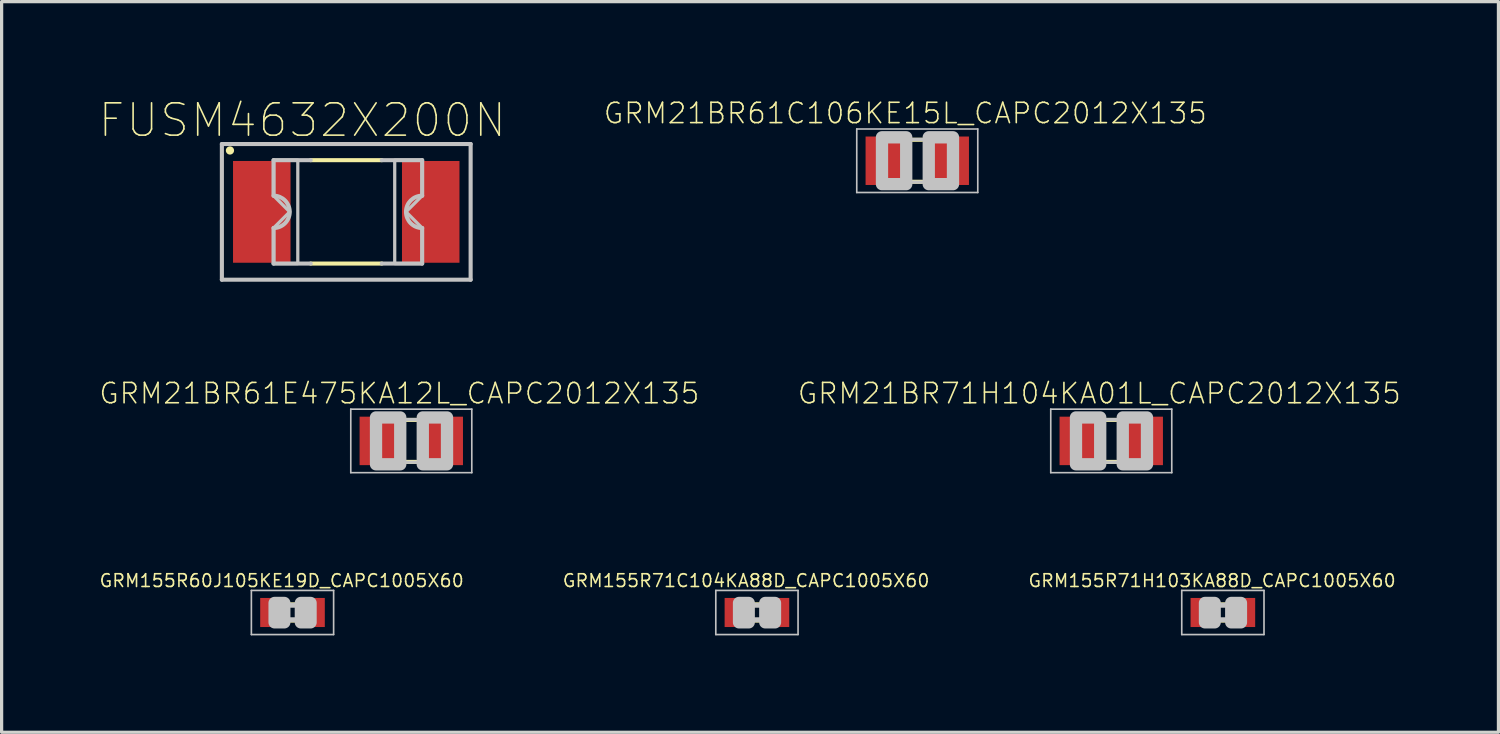
<source format=kicad_pcb>
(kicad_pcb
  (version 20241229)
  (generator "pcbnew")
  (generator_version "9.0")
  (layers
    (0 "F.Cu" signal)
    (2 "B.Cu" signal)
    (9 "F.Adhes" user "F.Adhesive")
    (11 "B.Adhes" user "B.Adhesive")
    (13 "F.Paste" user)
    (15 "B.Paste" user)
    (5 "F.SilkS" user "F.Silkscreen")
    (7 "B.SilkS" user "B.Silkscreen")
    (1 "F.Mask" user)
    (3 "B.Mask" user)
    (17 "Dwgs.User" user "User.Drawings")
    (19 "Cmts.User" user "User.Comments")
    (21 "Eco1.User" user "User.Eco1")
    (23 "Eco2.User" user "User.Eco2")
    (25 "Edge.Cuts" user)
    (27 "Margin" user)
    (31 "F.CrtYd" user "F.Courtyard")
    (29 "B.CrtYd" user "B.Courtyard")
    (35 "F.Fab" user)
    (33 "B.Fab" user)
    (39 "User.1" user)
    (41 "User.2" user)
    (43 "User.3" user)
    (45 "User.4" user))
  (footprint "FUSM4632X200N"
    (layer "F.Cu")
    (at 7.668 3.508)
    (property "Reference" "FUSM4632X200N" (at -1.36 -2.835 0) (layer "F.SilkS") (effects (font (size 1 1) (thickness 0.05))))
    (attr smd)
    (fp_line (start -1.1 -1.6) (end 1.1 -1.6) (stroke (width 0.127) (type solid)) (layer "F.SilkS"))
    (fp_line (start 1.1 1.6) (end -1.1 1.6) (stroke (width 0.127) (type solid)) (layer "F.SilkS"))
    (fp_circle (center -3.6 -1.9) (end -3.473 -1.9) (stroke (width 0) (type solid)) (fill yes) (layer "F.SilkS"))
    (fp_line (start -3.85 -2.1) (end -3.85 2.1) (stroke (width 0.127) (type solid)) (layer "Dwgs.User"))
    (fp_line (start -3.85 2.1) (end 3.85 2.1) (stroke (width 0.127) (type solid)) (layer "Dwgs.User"))
    (fp_line (start -2.25 -1.6) (end -2.25 -0.5) (stroke (width 0.127) (type solid)) (layer "Dwgs.User"))
    (fp_line (start -2.25 -1.6) (end -1.1 -1.6) (stroke (width 0.127) (type solid)) (layer "Dwgs.User"))
    (fp_line (start -2.25 1.6) (end -2.25 0.5) (stroke (width 0.127) (type solid)) (layer "Dwgs.User"))
    (fp_line (start -1.1 1.6) (end -2.25 1.6) (stroke (width 0.127) (type solid)) (layer "Dwgs.User"))
    (fp_line (start 1.1 -1.6) (end 2.35 -1.6) (stroke (width 0.127) (type solid)) (layer "Dwgs.User"))
    (fp_line (start 2.35 -1.6) (end 2.35 -0.5) (stroke (width 0.127) (type solid)) (layer "Dwgs.User"))
    (fp_line (start 2.35 0.5) (end 2.35 1.6) (stroke (width 0.127) (type solid)) (layer "Dwgs.User"))
    (fp_line (start 2.35 1.6) (end 1.1 1.6) (stroke (width 0.127) (type solid)) (layer "Dwgs.User"))
    (fp_line (start 3.85 -2.1) (end -3.85 -2.1) (stroke (width 0.127) (type solid)) (layer "Dwgs.User"))
    (fp_line (start 3.85 2.1) (end 3.85 -2.1) (stroke (width 0.127) (type solid)) (layer "Dwgs.User"))
    (fp_arc (start -2.25 -0.5) (mid -1.75 0) (end -2.25 0.5) (stroke (width 0.127) (type solid)) (layer "Dwgs.User"))
    (fp_arc (start 2.35 0.5) (mid 1.85 0) (end 2.35 -0.5) (stroke (width 0.127) (type solid)) (layer "Dwgs.User"))
    (fp_poly (pts (xy -1.5 -1.6) (xy -2.25 -1.6) (xy -2.25 -0.5) (xy -1.75 0) (xy -2.25 0.5) (xy -2.25 1.6) (xy -1.5 1.6)) (stroke (width 0.1) (type solid)) (fill no) (layer "Dwgs.User"))
    (fp_poly (pts (xy 1.5 -1.6) (xy 1.5 1.6) (xy 2.35 1.6) (xy 2.35 0.5) (xy 1.85 0) (xy 2.35 -0.5) (xy 2.35 -1.6)) (stroke (width 0.1) (type solid)) (fill no) (layer "Dwgs.User"))
    (pad "1" smd rect (at -2.615 0) (size 1.78 3.15) (layers "F.Cu" "F.Mask" "F.Paste"))
    (pad "2" smd rect (at 2.615 0) (size 1.78 3.15) (layers "F.Cu" "F.Mask" "F.Paste")))
  (footprint "GRM21BR71H104KA01L_CAPC2012X135"
    (layer "F.Cu")
    (at 31.348 10.598)
    (property "Reference" "GRM21BR71H104KA01L_CAPC2012X135" (at -0.37 -1.47 0) (layer "F.SilkS") (effects (font (size 0.63 0.63) (thickness 0.05))))
    (attr smd)
    (fp_line (start -0.15 -0.65) (end 0.15 -0.65) (stroke (width 0.127) (type solid)) (layer "F.SilkS"))
    (fp_line (start -0.15 0.65) (end 0.15 0.65) (stroke (width 0.127) (type solid)) (layer "F.SilkS"))
    (fp_line (start -1.873 -0.983) (end 1.873 -0.983) (stroke (width 0.051) (type solid)) (layer "Dwgs.User"))
    (fp_line (start -1.873 0.983) (end -1.873 -0.983) (stroke (width 0.051) (type solid)) (layer "Dwgs.User"))
    (fp_line (start -0.381 -0.66) (end 0.381 -0.66) (stroke (width 0.102) (type solid)) (layer "Dwgs.User"))
    (fp_line (start -0.356 0.66) (end 0.381 0.66) (stroke (width 0.102) (type solid)) (layer "Dwgs.User"))
    (fp_line (start 1.873 -0.983) (end 1.873 0.983) (stroke (width 0.051) (type solid)) (layer "Dwgs.User"))
    (fp_line (start 1.873 0.983) (end -1.873 0.983) (stroke (width 0.051) (type solid)) (layer "Dwgs.User"))
    (fp_poly (pts (xy -1.092 -0.726) (xy -0.342 -0.726) (xy -0.342 0.724) (xy -1.092 0.724)) (stroke (width 0.381) (type solid)) (fill no) (layer "Dwgs.User"))
    (fp_poly (pts (xy 0.356 -0.726) (xy 1.106 -0.726) (xy 1.106 0.724) (xy 0.356 0.724)) (stroke (width 0.381) (type solid)) (fill no) (layer "Dwgs.User"))
    (pad "1" smd rect (at -0.95 0) (size 1.3 1.5) (layers "F.Cu" "F.Mask" "F.Paste"))
    (pad "2" smd rect (at 0.95 0) (size 1.3 1.5) (layers "F.Cu" "F.Mask" "F.Paste")))
  (footprint "GRM21BR61E475KA12L_CAPC2012X135"
    (layer "F.Cu")
    (at 9.681 10.598)
    (property "Reference" "GRM21BR61E475KA12L_CAPC2012X135" (at -0.37 -1.47 0) (layer "F.SilkS") (effects (font (size 0.63 0.63) (thickness 0.05))))
    (attr smd)
    (fp_line (start -0.15 -0.65) (end 0.15 -0.65) (stroke (width 0.127) (type solid)) (layer "F.SilkS"))
    (fp_line (start -0.15 0.65) (end 0.15 0.65) (stroke (width 0.127) (type solid)) (layer "F.SilkS"))
    (fp_line (start -1.873 -0.983) (end 1.873 -0.983) (stroke (width 0.051) (type solid)) (layer "Dwgs.User"))
    (fp_line (start -1.873 0.983) (end -1.873 -0.983) (stroke (width 0.051) (type solid)) (layer "Dwgs.User"))
    (fp_line (start -0.381 -0.66) (end 0.381 -0.66) (stroke (width 0.102) (type solid)) (layer "Dwgs.User"))
    (fp_line (start -0.356 0.66) (end 0.381 0.66) (stroke (width 0.102) (type solid)) (layer "Dwgs.User"))
    (fp_line (start 1.873 -0.983) (end 1.873 0.983) (stroke (width 0.051) (type solid)) (layer "Dwgs.User"))
    (fp_line (start 1.873 0.983) (end -1.873 0.983) (stroke (width 0.051) (type solid)) (layer "Dwgs.User"))
    (fp_poly (pts (xy -1.092 -0.726) (xy -0.342 -0.726) (xy -0.342 0.724) (xy -1.092 0.724)) (stroke (width 0.381) (type solid)) (fill no) (layer "Dwgs.User"))
    (fp_poly (pts (xy 0.356 -0.726) (xy 1.106 -0.726) (xy 1.106 0.724) (xy 0.356 0.724)) (stroke (width 0.381) (type solid)) (fill no) (layer "Dwgs.User"))
    (pad "1" smd rect (at -0.95 0) (size 1.3 1.5) (layers "F.Cu" "F.Mask" "F.Paste"))
    (pad "2" smd rect (at 0.95 0) (size 1.3 1.5) (layers "F.Cu" "F.Mask" "F.Paste")))
  (footprint "GRM21BR61C106KE15L_CAPC2012X135"
    (layer "F.Cu")
    (at 25.343 1.926)
    (property "Reference" "GRM21BR61C106KE15L_CAPC2012X135" (at -0.37 -1.47 0) (layer "F.SilkS") (effects (font (size 0.63 0.63) (thickness 0.05))))
    (attr smd)
    (fp_line (start -0.15 -0.65) (end 0.15 -0.65) (stroke (width 0.127) (type solid)) (layer "F.SilkS"))
    (fp_line (start -0.15 0.65) (end 0.15 0.65) (stroke (width 0.127) (type solid)) (layer "F.SilkS"))
    (fp_line (start -1.873 -0.983) (end 1.873 -0.983) (stroke (width 0.051) (type solid)) (layer "Dwgs.User"))
    (fp_line (start -1.873 0.983) (end -1.873 -0.983) (stroke (width 0.051) (type solid)) (layer "Dwgs.User"))
    (fp_line (start -0.381 -0.66) (end 0.381 -0.66) (stroke (width 0.102) (type solid)) (layer "Dwgs.User"))
    (fp_line (start -0.356 0.66) (end 0.381 0.66) (stroke (width 0.102) (type solid)) (layer "Dwgs.User"))
    (fp_line (start 1.873 -0.983) (end 1.873 0.983) (stroke (width 0.051) (type solid)) (layer "Dwgs.User"))
    (fp_line (start 1.873 0.983) (end -1.873 0.983) (stroke (width 0.051) (type solid)) (layer "Dwgs.User"))
    (fp_poly (pts (xy -1.092 -0.726) (xy -0.342 -0.726) (xy -0.342 0.724) (xy -1.092 0.724)) (stroke (width 0.381) (type solid)) (fill no) (layer "Dwgs.User"))
    (fp_poly (pts (xy 0.356 -0.726) (xy 1.106 -0.726) (xy 1.106 0.724) (xy 0.356 0.724)) (stroke (width 0.381) (type solid)) (fill no) (layer "Dwgs.User"))
    (pad "1" smd rect (at -0.95 0) (size 1.3 1.5) (layers "F.Cu" "F.Mask" "F.Paste"))
    (pad "2" smd rect (at 0.95 0) (size 1.3 1.5) (layers "F.Cu" "F.Mask" "F.Paste")))
  (footprint "GRM155R71H103KA88D_CAPC1005X60"
    (layer "F.Cu")
    (at 34.803 15.909)
    (property "Reference" "GRM155R71H103KA88D_CAPC1005X60" (at -0.335 -0.985 0) (layer "F.SilkS") (effects (font (size 0.394 0.394) (thickness 0.05))))
    (attr smd)
    (fp_line (start -0.15 -0.25) (end 0.15 -0.25) (stroke (width 0.127) (type solid)) (layer "F.SilkS"))
    (fp_line (start -0.15 0.25) (end 0.15 0.25) (stroke (width 0.127) (type solid)) (layer "F.SilkS"))
    (fp_line (start -1.273 -0.683) (end 1.273 -0.683) (stroke (width 0.051) (type solid)) (layer "Dwgs.User"))
    (fp_line (start -1.273 0.683) (end -1.273 -0.683) (stroke (width 0.051) (type solid)) (layer "Dwgs.User"))
    (fp_line (start -0.245 -0.224) (end 0.245 -0.224) (stroke (width 0.152) (type solid)) (layer "Dwgs.User"))
    (fp_line (start 0.245 0.224) (end -0.245 0.224) (stroke (width 0.152) (type solid)) (layer "Dwgs.User"))
    (fp_line (start 1.273 -0.683) (end 1.273 0.683) (stroke (width 0.051) (type solid)) (layer "Dwgs.User"))
    (fp_line (start 1.273 0.683) (end -1.273 0.683) (stroke (width 0.051) (type solid)) (layer "Dwgs.User"))
    (fp_poly (pts (xy -0.554 -0.295) (xy -0.254 -0.295) (xy -0.254 0.305) (xy -0.554 0.305)) (stroke (width 0.381) (type solid)) (fill no) (layer "Dwgs.User"))
    (fp_poly (pts (xy 0.259 -0.295) (xy 0.559 -0.295) (xy 0.559 0.305) (xy 0.259 0.305)) (stroke (width 0.381) (type solid)) (fill no) (layer "Dwgs.User"))
    (pad "1" smd rect (at -0.65 0) (size 0.7 0.9) (layers "F.Cu" "F.Mask" "F.Paste"))
    (pad "2" smd rect (at 0.65 0) (size 0.7 0.9) (layers "F.Cu" "F.Mask" "F.Paste")))
  (footprint "GRM155R71C104KA88D_CAPC1005X60"
    (layer "F.Cu")
    (at 20.38 15.909)
    (property "Reference" "GRM155R71C104KA88D_CAPC1005X60" (at -0.335 -0.985 0) (layer "F.SilkS") (effects (font (size 0.394 0.394) (thickness 0.05))))
    (attr smd)
    (fp_line (start -0.15 -0.25) (end 0.15 -0.25) (stroke (width 0.127) (type solid)) (layer "F.SilkS"))
    (fp_line (start -0.15 0.25) (end 0.15 0.25) (stroke (width 0.127) (type solid)) (layer "F.SilkS"))
    (fp_line (start -1.273 -0.683) (end 1.273 -0.683) (stroke (width 0.051) (type solid)) (layer "Dwgs.User"))
    (fp_line (start -1.273 0.683) (end -1.273 -0.683) (stroke (width 0.051) (type solid)) (layer "Dwgs.User"))
    (fp_line (start -0.245 -0.224) (end 0.245 -0.224) (stroke (width 0.152) (type solid)) (layer "Dwgs.User"))
    (fp_line (start 0.245 0.224) (end -0.245 0.224) (stroke (width 0.152) (type solid)) (layer "Dwgs.User"))
    (fp_line (start 1.273 -0.683) (end 1.273 0.683) (stroke (width 0.051) (type solid)) (layer "Dwgs.User"))
    (fp_line (start 1.273 0.683) (end -1.273 0.683) (stroke (width 0.051) (type solid)) (layer "Dwgs.User"))
    (fp_poly (pts (xy -0.554 -0.295) (xy -0.254 -0.295) (xy -0.254 0.305) (xy -0.554 0.305)) (stroke (width 0.381) (type solid)) (fill no) (layer "Dwgs.User"))
    (fp_poly (pts (xy 0.259 -0.295) (xy 0.559 -0.295) (xy 0.559 0.305) (xy 0.259 0.305)) (stroke (width 0.381) (type solid)) (fill no) (layer "Dwgs.User"))
    (pad "1" smd rect (at -0.65 0) (size 0.7 0.9) (layers "F.Cu" "F.Mask" "F.Paste"))
    (pad "2" smd rect (at 0.65 0) (size 0.7 0.9) (layers "F.Cu" "F.Mask" "F.Paste")))
  (footprint "GRM155R60J105KE19D_CAPC1005X60"
    (layer "F.Cu")
    (at 6.004 15.909)
    (property "Reference" "GRM155R60J105KE19D_CAPC1005X60" (at -0.335 -0.985 0) (layer "F.SilkS") (effects (font (size 0.394 0.394) (thickness 0.05))))
    (attr smd)
    (fp_line (start -0.15 -0.25) (end 0.15 -0.25) (stroke (width 0.127) (type solid)) (layer "F.SilkS"))
    (fp_line (start -0.15 0.25) (end 0.15 0.25) (stroke (width 0.127) (type solid)) (layer "F.SilkS"))
    (fp_line (start -1.273 -0.683) (end 1.273 -0.683) (stroke (width 0.051) (type solid)) (layer "Dwgs.User"))
    (fp_line (start -1.273 0.683) (end -1.273 -0.683) (stroke (width 0.051) (type solid)) (layer "Dwgs.User"))
    (fp_line (start -0.245 -0.224) (end 0.245 -0.224) (stroke (width 0.152) (type solid)) (layer "Dwgs.User"))
    (fp_line (start 0.245 0.224) (end -0.245 0.224) (stroke (width 0.152) (type solid)) (layer "Dwgs.User"))
    (fp_line (start 1.273 -0.683) (end 1.273 0.683) (stroke (width 0.051) (type solid)) (layer "Dwgs.User"))
    (fp_line (start 1.273 0.683) (end -1.273 0.683) (stroke (width 0.051) (type solid)) (layer "Dwgs.User"))
    (fp_poly (pts (xy -0.554 -0.295) (xy -0.254 -0.295) (xy -0.254 0.305) (xy -0.554 0.305)) (stroke (width 0.381) (type solid)) (fill no) (layer "Dwgs.User"))
    (fp_poly (pts (xy 0.259 -0.295) (xy 0.559 -0.295) (xy 0.559 0.305) (xy 0.259 0.305)) (stroke (width 0.381) (type solid)) (fill no) (layer "Dwgs.User"))
    (pad "1" smd rect (at -0.65 0) (size 0.7 0.9) (layers "F.Cu" "F.Mask" "F.Paste"))
    (pad "2" smd rect (at 0.65 0) (size 0.7 0.9) (layers "F.Cu" "F.Mask" "F.Paste")))
  (gr_rect
    (start -3 -3)
    (end 43.333 19.617)
    (stroke (width 0.1) (type default))
    (fill no)
    (layer "Edge.Cuts")))
</source>
